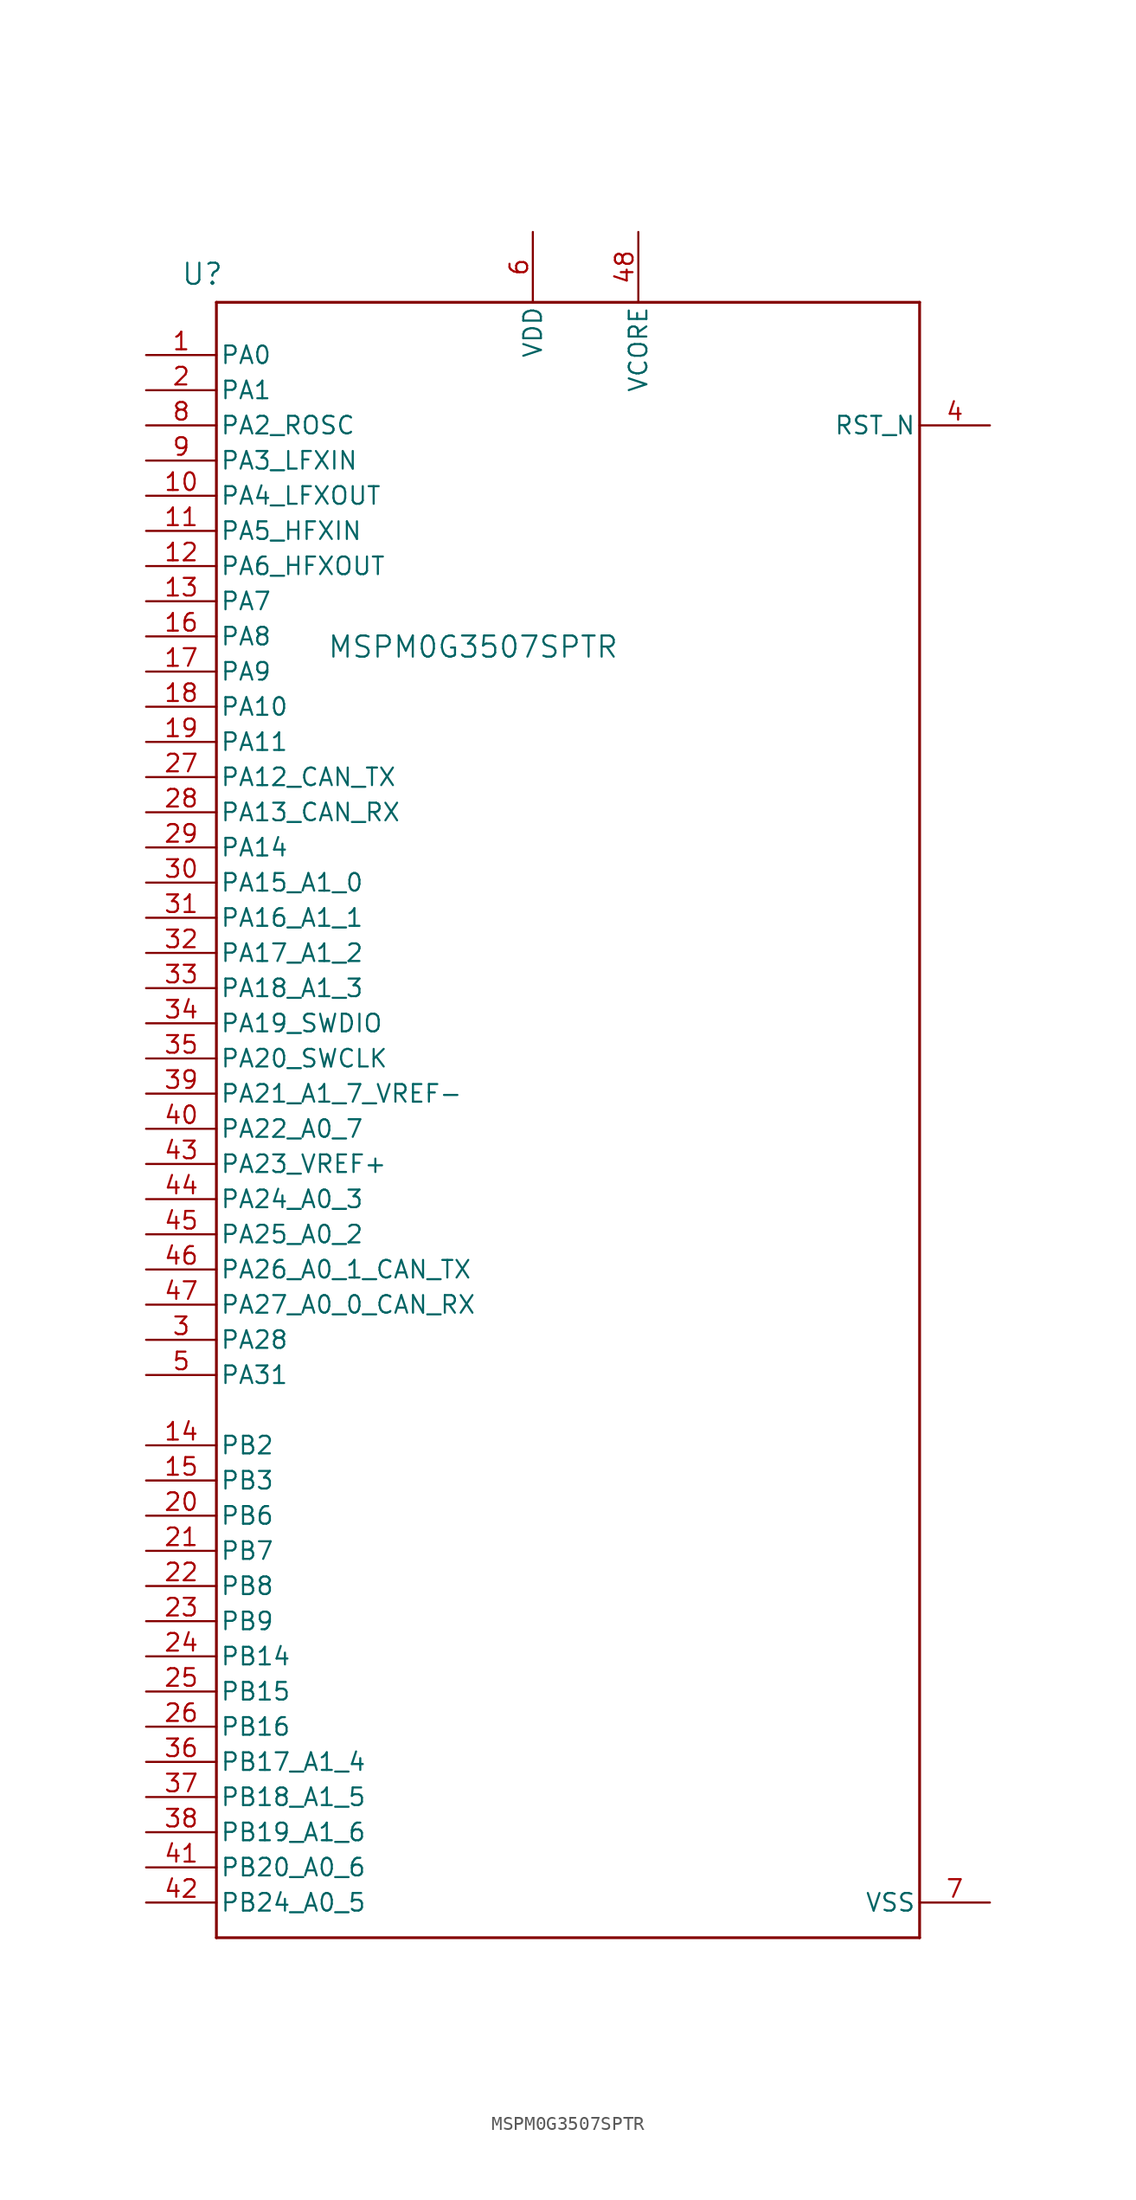
<source format=kicad_sym>
(kicad_symbol_lib
  (version 20241209)
  (generator "kicad_symbol_editor")
  (generator_version "9.0")
  (symbol "MSPM0G3507SPTR"
    (pin_names
      (offset 0.254))
    (property "Reference" "U"
      (at -28.956 55.372 0)
      (effects (font (size 1.524 1.524))))
    (property "Value" "MSPM0G3507SPTR"
      (at -9.398 28.448 0)
      (effects (font (size 1.524 1.524))))
    (symbol "MSPM0G3507SPTR_0_1"
      (polyline (pts (xy -27.94 53.34) (xy -27.94 -64.77)) (stroke (width 0.203) (type default)) (fill (type none)))
      (polyline (pts (xy -27.94 -64.77) (xy 22.86 -64.77)) (stroke (width 0.203) (type default)) (fill (type none)))
      (polyline (pts (xy 22.86 53.34) (xy -27.94 53.34)) (stroke (width 0.203) (type default)) (fill (type none)))
      (polyline (pts (xy 22.86 -64.77) (xy 22.86 53.34)) (stroke (width 0.203) (type default)) (fill (type none)))
      (pin bidirectional line (at -33.02 49.53 0) (length 5.08) (name "PA0" (effects (font (size 1.27 1.27)))) (number "1" (effects (font (size 1.27 1.27)))))
      (pin bidirectional line (at -33.02 46.99 0) (length 5.08) (name "PA1" (effects (font (size 1.27 1.27)))) (number "2" (effects (font (size 1.27 1.27)))))
      (pin bidirectional line (at -33.02 44.45 0) (length 5.08) (name "PA2_ROSC" (effects (font (size 1.27 1.27)))) (number "8" (effects (font (size 1.27 1.27)))))
      (pin bidirectional line (at -33.02 41.91 0) (length 5.08) (name "PA3_LFXIN" (effects (font (size 1.27 1.27)))) (number "9" (effects (font (size 1.27 1.27)))))
      (pin bidirectional line (at -33.02 39.37 0) (length 5.08) (name "PA4_LFXOUT" (effects (font (size 1.27 1.27)))) (number "10" (effects (font (size 1.27 1.27)))))
      (pin bidirectional line (at -33.02 36.83 0) (length 5.08) (name "PA5_HFXIN" (effects (font (size 1.27 1.27)))) (number "11" (effects (font (size 1.27 1.27)))))
      (pin bidirectional line (at -33.02 34.29 0) (length 5.08) (name "PA6_HFXOUT" (effects (font (size 1.27 1.27)))) (number "12" (effects (font (size 1.27 1.27)))))
      (pin bidirectional line (at -33.02 31.75 0) (length 5.08) (name "PA7" (effects (font (size 1.27 1.27)))) (number "13" (effects (font (size 1.27 1.27)))))
      (pin bidirectional line (at -33.02 29.21 0) (length 5.08) (name "PA8" (effects (font (size 1.27 1.27)))) (number "16" (effects (font (size 1.27 1.27)))))
      (pin bidirectional line (at -33.02 26.67 0) (length 5.08) (name "PA9" (effects (font (size 1.27 1.27)))) (number "17" (effects (font (size 1.27 1.27)))))
      (pin bidirectional line (at -33.02 24.13 0) (length 5.08) (name "PA10" (effects (font (size 1.27 1.27)))) (number "18" (effects (font (size 1.27 1.27)))))
      (pin bidirectional line (at -33.02 21.59 0) (length 5.08) (name "PA11" (effects (font (size 1.27 1.27)))) (number "19" (effects (font (size 1.27 1.27)))))
      (pin bidirectional line (at -33.02 19.05 0) (length 5.08) (name "PA12_CAN_TX" (effects (font (size 1.27 1.27)))) (number "27" (effects (font (size 1.27 1.27)))))
      (pin bidirectional line (at -33.02 16.51 0) (length 5.08) (name "PA13_CAN_RX" (effects (font (size 1.27 1.27)))) (number "28" (effects (font (size 1.27 1.27)))))
      (pin bidirectional line (at -33.02 13.97 0) (length 5.08) (name "PA14" (effects (font (size 1.27 1.27)))) (number "29" (effects (font (size 1.27 1.27)))))
      (pin bidirectional line (at -33.02 11.43 0) (length 5.08) (name "PA15_A1_0" (effects (font (size 1.27 1.27)))) (number "30" (effects (font (size 1.27 1.27)))))
      (pin bidirectional line (at -33.02 8.89 0) (length 5.08) (name "PA16_A1_1" (effects (font (size 1.27 1.27)))) (number "31" (effects (font (size 1.27 1.27)))))
      (pin bidirectional line (at -33.02 6.35 0) (length 5.08) (name "PA17_A1_2" (effects (font (size 1.27 1.27)))) (number "32" (effects (font (size 1.27 1.27)))))
      (pin bidirectional line (at -33.02 3.81 0) (length 5.08) (name "PA18_A1_3" (effects (font (size 1.27 1.27)))) (number "33" (effects (font (size 1.27 1.27)))))
      (pin bidirectional line (at -33.02 1.27 0) (length 5.08) (name "PA19_SWDIO" (effects (font (size 1.27 1.27)))) (number "34" (effects (font (size 1.27 1.27)))))
      (pin bidirectional line (at -33.02 -1.27 0) (length 5.08) (name "PA20_SWCLK" (effects (font (size 1.27 1.27)))) (number "35" (effects (font (size 1.27 1.27)))))
      (pin bidirectional line (at -33.02 -3.81 0) (length 5.08) (name "PA21_A1_7_VREF-" (effects (font (size 1.27 1.27)))) (number "39" (effects (font (size 1.27 1.27)))))
      (pin bidirectional line (at -33.02 -6.35 0) (length 5.08) (name "PA22_A0_7" (effects (font (size 1.27 1.27)))) (number "40" (effects (font (size 1.27 1.27)))))
      (pin bidirectional line (at -33.02 -8.89 0) (length 5.08) (name "PA23_VREF+" (effects (font (size 1.27 1.27)))) (number "43" (effects (font (size 1.27 1.27)))))
      (pin bidirectional line (at -33.02 -11.43 0) (length 5.08) (name "PA24_A0_3" (effects (font (size 1.27 1.27)))) (number "44" (effects (font (size 1.27 1.27)))))
      (pin bidirectional line (at -33.02 -13.97 0) (length 5.08) (name "PA25_A0_2" (effects (font (size 1.27 1.27)))) (number "45" (effects (font (size 1.27 1.27)))))
      (pin bidirectional line (at -33.02 -16.51 0) (length 5.08) (name "PA26_A0_1_CAN_TX" (effects (font (size 1.27 1.27)))) (number "46" (effects (font (size 1.27 1.27)))))
      (pin bidirectional line (at -33.02 -19.05 0) (length 5.08) (name "PA27_A0_0_CAN_RX" (effects (font (size 1.27 1.27)))) (number "47" (effects (font (size 1.27 1.27)))))
      (pin bidirectional line (at -33.02 -21.59 0) (length 5.08) (name "PA28" (effects (font (size 1.27 1.27)))) (number "3" (effects (font (size 1.27 1.27)))))
      (pin bidirectional line (at -33.02 -24.13 0) (length 5.08) (name "PA31" (effects (font (size 1.27 1.27)))) (number "5" (effects (font (size 1.27 1.27)))))
      (pin bidirectional line (at -33.02 -29.21 0) (length 5.08) (name "PB2" (effects (font (size 1.27 1.27)))) (number "14" (effects (font (size 1.27 1.27)))))
      (pin bidirectional line (at -33.02 -31.75 0) (length 5.08) (name "PB3" (effects (font (size 1.27 1.27)))) (number "15" (effects (font (size 1.27 1.27)))))
      (pin bidirectional line (at -33.02 -34.29 0) (length 5.08) (name "PB6" (effects (font (size 1.27 1.27)))) (number "20" (effects (font (size 1.27 1.27)))))
      (pin bidirectional line (at -33.02 -36.83 0) (length 5.08) (name "PB7" (effects (font (size 1.27 1.27)))) (number "21" (effects (font (size 1.27 1.27)))))
      (pin bidirectional line (at -33.02 -39.37 0) (length 5.08) (name "PB8" (effects (font (size 1.27 1.27)))) (number "22" (effects (font (size 1.27 1.27)))))
      (pin bidirectional line (at -33.02 -41.91 0) (length 5.08) (name "PB9" (effects (font (size 1.27 1.27)))) (number "23" (effects (font (size 1.27 1.27)))))
      (pin bidirectional line (at -33.02 -44.45 0) (length 5.08) (name "PB14" (effects (font (size 1.27 1.27)))) (number "24" (effects (font (size 1.27 1.27)))))
      (pin bidirectional line (at -33.02 -46.99 0) (length 5.08) (name "PB15" (effects (font (size 1.27 1.27)))) (number "25" (effects (font (size 1.27 1.27)))))
      (pin bidirectional line (at -33.02 -49.53 0) (length 5.08) (name "PB16" (effects (font (size 1.27 1.27)))) (number "26" (effects (font (size 1.27 1.27)))))
      (pin bidirectional line (at -33.02 -52.07 0) (length 5.08) (name "PB17_A1_4" (effects (font (size 1.27 1.27)))) (number "36" (effects (font (size 1.27 1.27)))))
      (pin bidirectional line (at -33.02 -54.61 0) (length 5.08) (name "PB18_A1_5" (effects (font (size 1.27 1.27)))) (number "37" (effects (font (size 1.27 1.27)))))
      (pin bidirectional line (at -33.02 -57.15 0) (length 5.08) (name "PB19_A1_6" (effects (font (size 1.27 1.27)))) (number "38" (effects (font (size 1.27 1.27)))))
      (pin bidirectional line (at -33.02 -59.69 0) (length 5.08) (name "PB20_A0_6" (effects (font (size 1.27 1.27)))) (number "41" (effects (font (size 1.27 1.27)))))
      (pin bidirectional line (at -33.02 -62.23 0) (length 5.08) (name "PB24_A0_5" (effects (font (size 1.27 1.27)))) (number "42" (effects (font (size 1.27 1.27)))))
      (pin power_in line (at 27.94 -62.23 180) (length 5.08) (name "VSS" (effects (font (size 1.27 1.27)))) (number "7" (effects (font (size 1.27 1.27))))))
    (symbol "MSPM0G3507SPTR_1_1"
      (pin power_in line (at -5.08 58.42 270) (length 5.08) (name "VDD" (effects (font (size 1.27 1.27)))) (number "6" (effects (font (size 1.27 1.27)))))
      (pin power_in line (at 2.54 58.42 270) (length 5.08) (name "VCORE" (effects (font (size 1.27 1.27)))) (number "48" (effects (font (size 1.27 1.27)))))
      (pin input line (at 27.94 44.45 180) (length 5.08) (name "RST_N" (effects (font (size 1.27 1.27)))) (number "4" (effects (font (size 1.27 1.27))))))))
</source>
